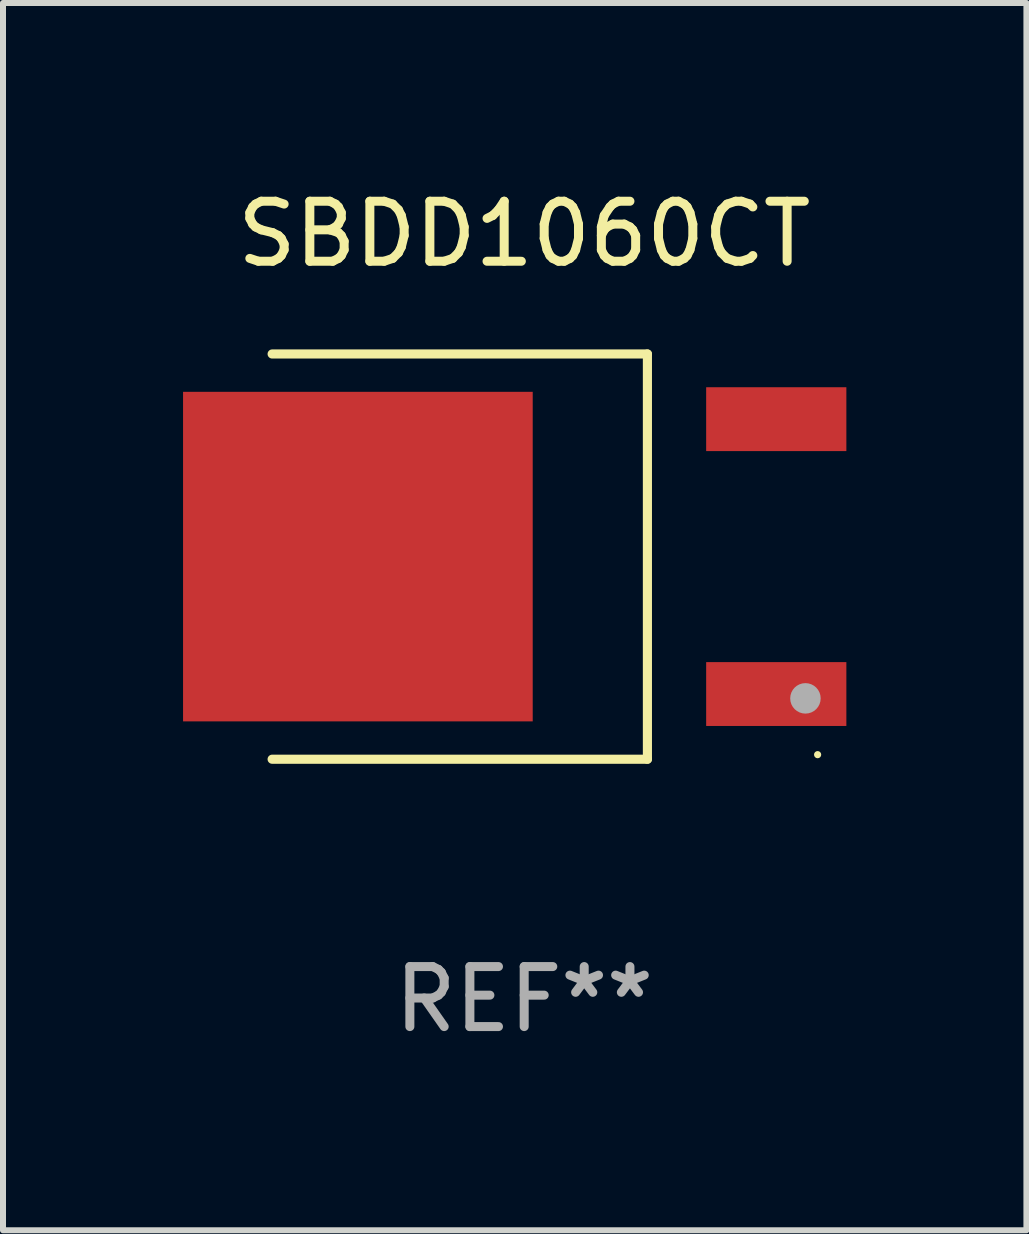
<source format=kicad_pcb>
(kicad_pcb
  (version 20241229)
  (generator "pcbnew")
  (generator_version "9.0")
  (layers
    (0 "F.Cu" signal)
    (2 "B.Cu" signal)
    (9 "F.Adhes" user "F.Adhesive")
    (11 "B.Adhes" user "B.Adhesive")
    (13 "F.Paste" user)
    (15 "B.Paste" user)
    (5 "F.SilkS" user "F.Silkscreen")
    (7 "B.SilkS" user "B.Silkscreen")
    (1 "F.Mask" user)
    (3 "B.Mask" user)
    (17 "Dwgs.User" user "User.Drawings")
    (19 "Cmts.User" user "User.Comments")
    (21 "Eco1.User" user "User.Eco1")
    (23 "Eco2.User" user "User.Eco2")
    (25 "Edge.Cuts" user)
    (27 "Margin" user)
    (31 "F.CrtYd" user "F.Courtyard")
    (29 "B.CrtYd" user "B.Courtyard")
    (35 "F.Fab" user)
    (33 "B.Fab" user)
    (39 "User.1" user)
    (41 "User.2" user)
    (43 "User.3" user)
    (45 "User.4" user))
  (footprint "SBDD1060CT"
    (layer "F.Cu")
    (at 5.684 6.224)
    (property "Reference" "SBDD1060CT" (at 0 -5.376 0) (layer "F.SilkS") (effects (font (size 1 1) (thickness 0.15))))
    (attr through_hole)
    (fp_line (start -4.2 -3.376) (end 2.053 -3.376) (stroke (width 0.152) (type solid)) (layer "F.SilkS"))
    (fp_line (start -4.2 3.376) (end 2.053 3.376) (stroke (width 0.152) (type solid)) (layer "F.SilkS"))
    (fp_line (start 2.053 3.376) (end 2.053 -3.376) (stroke (width 0.152) (type solid)) (layer "F.SilkS"))
    (fp_circle (center 4.889 3.3) (end 4.919 3.3) (stroke (width 0.06) (type solid)) (fill no) (layer "F.SilkS"))
    (fp_circle (center 4.686 2.362) (end 4.813 2.362) (stroke (width 0.254) (type solid)) (fill no) (layer "F.Fab"))
    (fp_text user "REF**" (at 0 7.376 0) (layer "F.Fab") (effects (font (size 1 1) (thickness 0.15))))
    (pad "1" smd rect (at 4.2 2.29) (size 2.336 1.064) (layers "F.Cu" "F.Mask" "F.Paste"))
    (pad "3" smd rect (at 4.2 -2.29) (size 2.336 1.064) (layers "F.Cu" "F.Mask" "F.Paste"))
    (pad "4" smd rect (at -2.771 0) (size 5.826 5.491) (layers "F.Cu" "F.Mask" "F.Paste")))
  (gr_rect
    (start -3 -3)
    (end 14.052 17.449)
    (stroke (width 0.1) (type default))
    (fill no)
    (layer "Edge.Cuts")))
</source>
